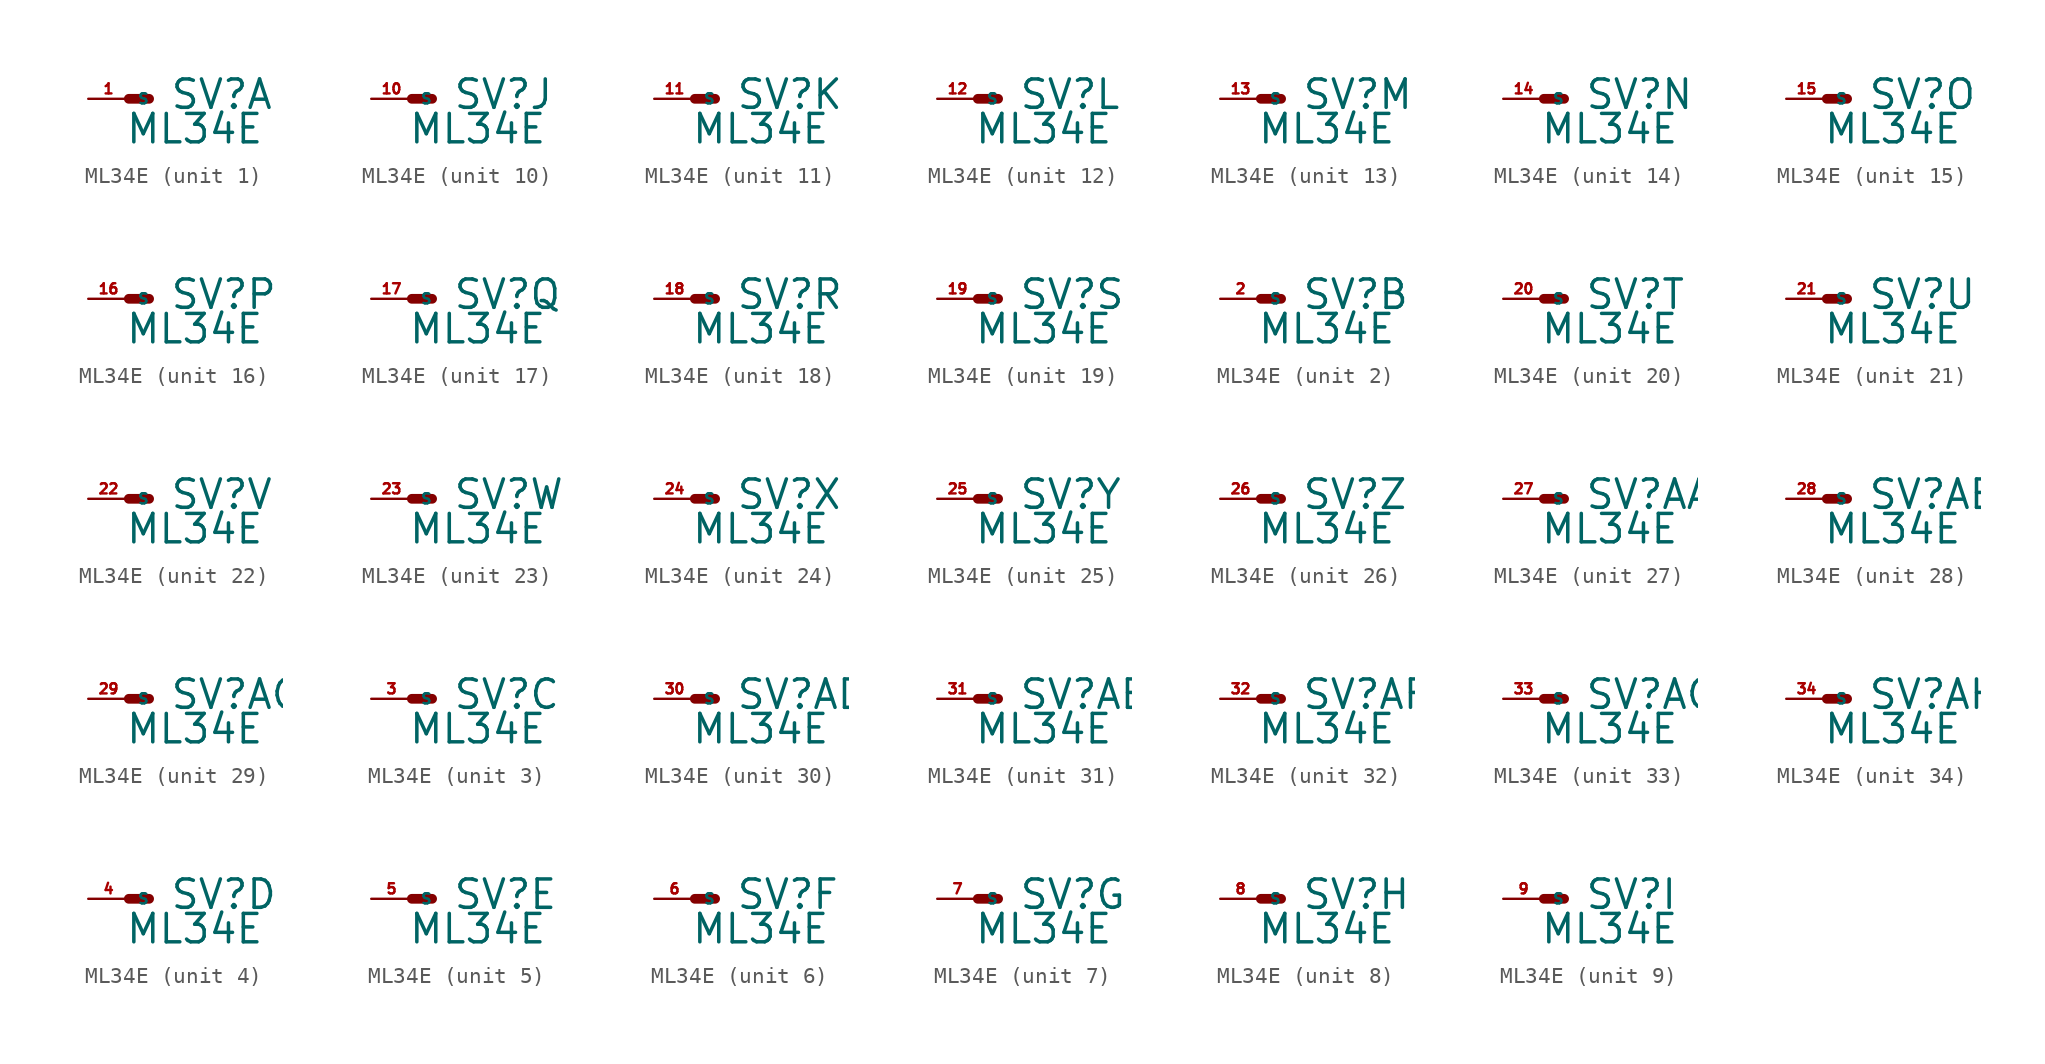
<source format=kicad_sym>
(kicad_symbol_lib
  (version 20220914)
  (generator Eagle2Kicad)
  (symbol "ML34E"
    (property "Reference" "SV"
      (at 2.54 -0.762 0)
      (effects (font (size 1.778 1.778) (thickness 0.22)) (justify left bottom)))
    (property "Value" "ML34E"
      (at -0.254 -2.921 0)
      (effects (font (size 1.778 1.778) (thickness 0.22)) (justify left bottom)))
    (symbol "ML34E_1_0"
      (polyline (pts (xy 1.27 0) (xy 0 0)) (stroke (width 0.61) (type default)) (fill (type none)))
      (pin passive line (at -2.54 0 0) (length 2.54) (name "S" (effects (font (size 0.635 0.635) (thickness 0.08)) (justify left bottom))) (number "1" (effects (font (size 0.635 0.635) (thickness 0.08)) (justify left bottom)))))
    (symbol "ML34E_2_0"
      (polyline (pts (xy 1.27 0) (xy 0 0)) (stroke (width 0.61) (type default)) (fill (type none)))
      (pin passive line (at -2.54 0 0) (length 2.54) (name "S" (effects (font (size 0.635 0.635) (thickness 0.08)) (justify left bottom))) (number "2" (effects (font (size 0.635 0.635) (thickness 0.08)) (justify left bottom)))))
    (symbol "ML34E_3_0"
      (polyline (pts (xy 1.27 0) (xy 0 0)) (stroke (width 0.61) (type default)) (fill (type none)))
      (pin passive line (at -2.54 0 0) (length 2.54) (name "S" (effects (font (size 0.635 0.635) (thickness 0.08)) (justify left bottom))) (number "3" (effects (font (size 0.635 0.635) (thickness 0.08)) (justify left bottom)))))
    (symbol "ML34E_4_0"
      (polyline (pts (xy 1.27 0) (xy 0 0)) (stroke (width 0.61) (type default)) (fill (type none)))
      (pin passive line (at -2.54 0 0) (length 2.54) (name "S" (effects (font (size 0.635 0.635) (thickness 0.08)) (justify left bottom))) (number "4" (effects (font (size 0.635 0.635) (thickness 0.08)) (justify left bottom)))))
    (symbol "ML34E_5_0"
      (polyline (pts (xy 1.27 0) (xy 0 0)) (stroke (width 0.61) (type default)) (fill (type none)))
      (pin passive line (at -2.54 0 0) (length 2.54) (name "S" (effects (font (size 0.635 0.635) (thickness 0.08)) (justify left bottom))) (number "5" (effects (font (size 0.635 0.635) (thickness 0.08)) (justify left bottom)))))
    (symbol "ML34E_6_0"
      (polyline (pts (xy 1.27 0) (xy 0 0)) (stroke (width 0.61) (type default)) (fill (type none)))
      (pin passive line (at -2.54 0 0) (length 2.54) (name "S" (effects (font (size 0.635 0.635) (thickness 0.08)) (justify left bottom))) (number "6" (effects (font (size 0.635 0.635) (thickness 0.08)) (justify left bottom)))))
    (symbol "ML34E_7_0"
      (polyline (pts (xy 1.27 0) (xy 0 0)) (stroke (width 0.61) (type default)) (fill (type none)))
      (pin passive line (at -2.54 0 0) (length 2.54) (name "S" (effects (font (size 0.635 0.635) (thickness 0.08)) (justify left bottom))) (number "7" (effects (font (size 0.635 0.635) (thickness 0.08)) (justify left bottom)))))
    (symbol "ML34E_8_0"
      (polyline (pts (xy 1.27 0) (xy 0 0)) (stroke (width 0.61) (type default)) (fill (type none)))
      (pin passive line (at -2.54 0 0) (length 2.54) (name "S" (effects (font (size 0.635 0.635) (thickness 0.08)) (justify left bottom))) (number "8" (effects (font (size 0.635 0.635) (thickness 0.08)) (justify left bottom)))))
    (symbol "ML34E_9_0"
      (polyline (pts (xy 1.27 0) (xy 0 0)) (stroke (width 0.61) (type default)) (fill (type none)))
      (pin passive line (at -2.54 0 0) (length 2.54) (name "S" (effects (font (size 0.635 0.635) (thickness 0.08)) (justify left bottom))) (number "9" (effects (font (size 0.635 0.635) (thickness 0.08)) (justify left bottom)))))
    (symbol "ML34E_10_0"
      (polyline (pts (xy 1.27 0) (xy 0 0)) (stroke (width 0.61) (type default)) (fill (type none)))
      (pin passive line (at -2.54 0 0) (length 2.54) (name "S" (effects (font (size 0.635 0.635) (thickness 0.08)) (justify left bottom))) (number "10" (effects (font (size 0.635 0.635) (thickness 0.08)) (justify left bottom)))))
    (symbol "ML34E_11_0"
      (polyline (pts (xy 1.27 0) (xy 0 0)) (stroke (width 0.61) (type default)) (fill (type none)))
      (pin passive line (at -2.54 0 0) (length 2.54) (name "S" (effects (font (size 0.635 0.635) (thickness 0.08)) (justify left bottom))) (number "11" (effects (font (size 0.635 0.635) (thickness 0.08)) (justify left bottom)))))
    (symbol "ML34E_12_0"
      (polyline (pts (xy 1.27 0) (xy 0 0)) (stroke (width 0.61) (type default)) (fill (type none)))
      (pin passive line (at -2.54 0 0) (length 2.54) (name "S" (effects (font (size 0.635 0.635) (thickness 0.08)) (justify left bottom))) (number "12" (effects (font (size 0.635 0.635) (thickness 0.08)) (justify left bottom)))))
    (symbol "ML34E_13_0"
      (polyline (pts (xy 1.27 0) (xy 0 0)) (stroke (width 0.61) (type default)) (fill (type none)))
      (pin passive line (at -2.54 0 0) (length 2.54) (name "S" (effects (font (size 0.635 0.635) (thickness 0.08)) (justify left bottom))) (number "13" (effects (font (size 0.635 0.635) (thickness 0.08)) (justify left bottom)))))
    (symbol "ML34E_14_0"
      (polyline (pts (xy 1.27 0) (xy 0 0)) (stroke (width 0.61) (type default)) (fill (type none)))
      (pin passive line (at -2.54 0 0) (length 2.54) (name "S" (effects (font (size 0.635 0.635) (thickness 0.08)) (justify left bottom))) (number "14" (effects (font (size 0.635 0.635) (thickness 0.08)) (justify left bottom)))))
    (symbol "ML34E_15_0"
      (polyline (pts (xy 1.27 0) (xy 0 0)) (stroke (width 0.61) (type default)) (fill (type none)))
      (pin passive line (at -2.54 0 0) (length 2.54) (name "S" (effects (font (size 0.635 0.635) (thickness 0.08)) (justify left bottom))) (number "15" (effects (font (size 0.635 0.635) (thickness 0.08)) (justify left bottom)))))
    (symbol "ML34E_16_0"
      (polyline (pts (xy 1.27 0) (xy 0 0)) (stroke (width 0.61) (type default)) (fill (type none)))
      (pin passive line (at -2.54 0 0) (length 2.54) (name "S" (effects (font (size 0.635 0.635) (thickness 0.08)) (justify left bottom))) (number "16" (effects (font (size 0.635 0.635) (thickness 0.08)) (justify left bottom)))))
    (symbol "ML34E_17_0"
      (polyline (pts (xy 1.27 0) (xy 0 0)) (stroke (width 0.61) (type default)) (fill (type none)))
      (pin passive line (at -2.54 0 0) (length 2.54) (name "S" (effects (font (size 0.635 0.635) (thickness 0.08)) (justify left bottom))) (number "17" (effects (font (size 0.635 0.635) (thickness 0.08)) (justify left bottom)))))
    (symbol "ML34E_18_0"
      (polyline (pts (xy 1.27 0) (xy 0 0)) (stroke (width 0.61) (type default)) (fill (type none)))
      (pin passive line (at -2.54 0 0) (length 2.54) (name "S" (effects (font (size 0.635 0.635) (thickness 0.08)) (justify left bottom))) (number "18" (effects (font (size 0.635 0.635) (thickness 0.08)) (justify left bottom)))))
    (symbol "ML34E_19_0"
      (polyline (pts (xy 1.27 0) (xy 0 0)) (stroke (width 0.61) (type default)) (fill (type none)))
      (pin passive line (at -2.54 0 0) (length 2.54) (name "S" (effects (font (size 0.635 0.635) (thickness 0.08)) (justify left bottom))) (number "19" (effects (font (size 0.635 0.635) (thickness 0.08)) (justify left bottom)))))
    (symbol "ML34E_20_0"
      (polyline (pts (xy 1.27 0) (xy 0 0)) (stroke (width 0.61) (type default)) (fill (type none)))
      (pin passive line (at -2.54 0 0) (length 2.54) (name "S" (effects (font (size 0.635 0.635) (thickness 0.08)) (justify left bottom))) (number "20" (effects (font (size 0.635 0.635) (thickness 0.08)) (justify left bottom)))))
    (symbol "ML34E_21_0"
      (polyline (pts (xy 1.27 0) (xy 0 0)) (stroke (width 0.61) (type default)) (fill (type none)))
      (pin passive line (at -2.54 0 0) (length 2.54) (name "S" (effects (font (size 0.635 0.635) (thickness 0.08)) (justify left bottom))) (number "21" (effects (font (size 0.635 0.635) (thickness 0.08)) (justify left bottom)))))
    (symbol "ML34E_22_0"
      (polyline (pts (xy 1.27 0) (xy 0 0)) (stroke (width 0.61) (type default)) (fill (type none)))
      (pin passive line (at -2.54 0 0) (length 2.54) (name "S" (effects (font (size 0.635 0.635) (thickness 0.08)) (justify left bottom))) (number "22" (effects (font (size 0.635 0.635) (thickness 0.08)) (justify left bottom)))))
    (symbol "ML34E_23_0"
      (polyline (pts (xy 1.27 0) (xy 0 0)) (stroke (width 0.61) (type default)) (fill (type none)))
      (pin passive line (at -2.54 0 0) (length 2.54) (name "S" (effects (font (size 0.635 0.635) (thickness 0.08)) (justify left bottom))) (number "23" (effects (font (size 0.635 0.635) (thickness 0.08)) (justify left bottom)))))
    (symbol "ML34E_24_0"
      (polyline (pts (xy 1.27 0) (xy 0 0)) (stroke (width 0.61) (type default)) (fill (type none)))
      (pin passive line (at -2.54 0 0) (length 2.54) (name "S" (effects (font (size 0.635 0.635) (thickness 0.08)) (justify left bottom))) (number "24" (effects (font (size 0.635 0.635) (thickness 0.08)) (justify left bottom)))))
    (symbol "ML34E_25_0"
      (polyline (pts (xy 1.27 0) (xy 0 0)) (stroke (width 0.61) (type default)) (fill (type none)))
      (pin passive line (at -2.54 0 0) (length 2.54) (name "S" (effects (font (size 0.635 0.635) (thickness 0.08)) (justify left bottom))) (number "25" (effects (font (size 0.635 0.635) (thickness 0.08)) (justify left bottom)))))
    (symbol "ML34E_26_0"
      (polyline (pts (xy 1.27 0) (xy 0 0)) (stroke (width 0.61) (type default)) (fill (type none)))
      (pin passive line (at -2.54 0 0) (length 2.54) (name "S" (effects (font (size 0.635 0.635) (thickness 0.08)) (justify left bottom))) (number "26" (effects (font (size 0.635 0.635) (thickness 0.08)) (justify left bottom)))))
    (symbol "ML34E_27_0"
      (polyline (pts (xy 1.27 0) (xy 0 0)) (stroke (width 0.61) (type default)) (fill (type none)))
      (pin passive line (at -2.54 0 0) (length 2.54) (name "S" (effects (font (size 0.635 0.635) (thickness 0.08)) (justify left bottom))) (number "27" (effects (font (size 0.635 0.635) (thickness 0.08)) (justify left bottom)))))
    (symbol "ML34E_28_0"
      (polyline (pts (xy 1.27 0) (xy 0 0)) (stroke (width 0.61) (type default)) (fill (type none)))
      (pin passive line (at -2.54 0 0) (length 2.54) (name "S" (effects (font (size 0.635 0.635) (thickness 0.08)) (justify left bottom))) (number "28" (effects (font (size 0.635 0.635) (thickness 0.08)) (justify left bottom)))))
    (symbol "ML34E_29_0"
      (polyline (pts (xy 1.27 0) (xy 0 0)) (stroke (width 0.61) (type default)) (fill (type none)))
      (pin passive line (at -2.54 0 0) (length 2.54) (name "S" (effects (font (size 0.635 0.635) (thickness 0.08)) (justify left bottom))) (number "29" (effects (font (size 0.635 0.635) (thickness 0.08)) (justify left bottom)))))
    (symbol "ML34E_30_0"
      (polyline (pts (xy 1.27 0) (xy 0 0)) (stroke (width 0.61) (type default)) (fill (type none)))
      (pin passive line (at -2.54 0 0) (length 2.54) (name "S" (effects (font (size 0.635 0.635) (thickness 0.08)) (justify left bottom))) (number "30" (effects (font (size 0.635 0.635) (thickness 0.08)) (justify left bottom)))))
    (symbol "ML34E_31_0"
      (polyline (pts (xy 1.27 0) (xy 0 0)) (stroke (width 0.61) (type default)) (fill (type none)))
      (pin passive line (at -2.54 0 0) (length 2.54) (name "S" (effects (font (size 0.635 0.635) (thickness 0.08)) (justify left bottom))) (number "31" (effects (font (size 0.635 0.635) (thickness 0.08)) (justify left bottom)))))
    (symbol "ML34E_32_0"
      (polyline (pts (xy 1.27 0) (xy 0 0)) (stroke (width 0.61) (type default)) (fill (type none)))
      (pin passive line (at -2.54 0 0) (length 2.54) (name "S" (effects (font (size 0.635 0.635) (thickness 0.08)) (justify left bottom))) (number "32" (effects (font (size 0.635 0.635) (thickness 0.08)) (justify left bottom)))))
    (symbol "ML34E_33_0"
      (polyline (pts (xy 1.27 0) (xy 0 0)) (stroke (width 0.61) (type default)) (fill (type none)))
      (pin passive line (at -2.54 0 0) (length 2.54) (name "S" (effects (font (size 0.635 0.635) (thickness 0.08)) (justify left bottom))) (number "33" (effects (font (size 0.635 0.635) (thickness 0.08)) (justify left bottom)))))
    (symbol "ML34E_34_0"
      (polyline (pts (xy 1.27 0) (xy 0 0)) (stroke (width 0.61) (type default)) (fill (type none)))
      (pin passive line (at -2.54 0 0) (length 2.54) (name "S" (effects (font (size 0.635 0.635) (thickness 0.08)) (justify left bottom))) (number "34" (effects (font (size 0.635 0.635) (thickness 0.08)) (justify left bottom)))))))
</source>
